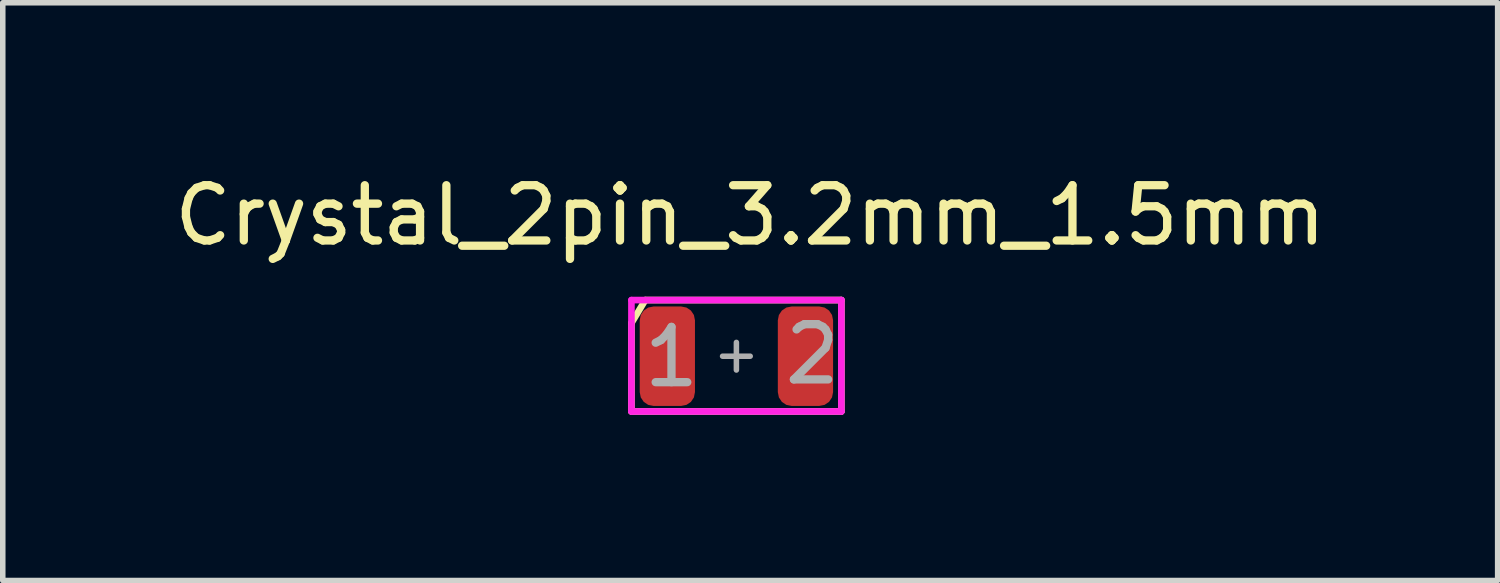
<source format=kicad_pcb>
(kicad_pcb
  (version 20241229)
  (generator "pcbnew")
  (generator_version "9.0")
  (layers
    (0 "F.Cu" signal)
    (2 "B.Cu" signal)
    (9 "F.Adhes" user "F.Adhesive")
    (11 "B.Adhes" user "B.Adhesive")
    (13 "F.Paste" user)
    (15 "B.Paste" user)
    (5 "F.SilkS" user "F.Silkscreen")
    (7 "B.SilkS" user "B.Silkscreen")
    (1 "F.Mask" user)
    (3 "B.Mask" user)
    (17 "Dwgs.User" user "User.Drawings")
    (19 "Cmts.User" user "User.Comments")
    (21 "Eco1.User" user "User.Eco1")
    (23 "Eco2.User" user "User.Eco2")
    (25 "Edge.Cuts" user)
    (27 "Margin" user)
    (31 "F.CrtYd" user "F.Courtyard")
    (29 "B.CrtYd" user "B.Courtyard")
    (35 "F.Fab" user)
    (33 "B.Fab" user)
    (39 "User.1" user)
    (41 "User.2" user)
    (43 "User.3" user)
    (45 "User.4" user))
  (footprint "Crystal_2pin_3.2mm_1.5mm"
    (layer "F.Cu")
    (at 10.28 3.398)
    (property "Reference" "Crystal_2pin_3.2mm_1.5mm" (at 0.25 -2.55 0) (unlocked yes) (layer "F.SilkS") (effects (font (size 1 1) (thickness 0.15))))
    (attr smd)
    (fp_line (start -1.9 -0.6) (end -1.65 -1.016) (stroke (width 0.12) (type default)) (layer "F.SilkS"))
    (fp_line (start -1.9 1) (end -1.9 -0.6) (stroke (width 0.12) (type default)) (layer "F.SilkS"))
    (fp_line (start 1.9 -1.016) (end -1.65 -1.016) (stroke (width 0.12) (type default)) (layer "F.SilkS"))
    (fp_line (start 1.9 1) (end -1.9 1) (stroke (width 0.12) (type default)) (layer "F.SilkS"))
    (fp_line (start 1.9 1) (end 1.9 -1.016) (stroke (width 0.12) (type default)) (layer "F.SilkS"))
    (fp_line (start -1.9 -1.016) (end -1.9 1) (stroke (width 0.12) (type default)) (layer "F.CrtYd"))
    (fp_line (start -1.9 -1.016) (end 1.9 -1.016) (stroke (width 0.12) (type default)) (layer "F.CrtYd"))
    (fp_line (start -1.9 1) (end 1.9 1) (stroke (width 0.12) (type default)) (layer "F.CrtYd"))
    (fp_line (start 1.9 -1.016) (end 1.9 1) (stroke (width 0.12) (type default)) (layer "F.CrtYd"))
    (fp_line (start -0.25 0) (end 0.25 0) (stroke (width 0.1) (type default)) (layer "F.Fab"))
    (fp_line (start 0 0.25) (end 0 -0.25) (stroke (width 0.1) (type default)) (layer "F.Fab"))
    (fp_text user "2" (at 0.8 0.55 0) (unlocked yes) (layer "F.Fab") (effects (font (size 1 1) (thickness 0.15)) (justify left bottom)))
    (fp_text user "1" (at -1.75 0.6 0) (unlocked yes) (layer "F.Fab") (effects (font (size 1 1) (thickness 0.15)) (justify left bottom)))
    (pad "1" smd roundrect (at -1.25 0) (size 1 1.8) (layers "F.Cu" "F.Mask" "F.Paste") (roundrect_rratio 0.25))
    (pad "2" smd roundrect (at 1.25 0) (size 1 1.8) (layers "F.Cu" "F.Mask" "F.Paste") (roundrect_rratio 0.25)))
  (gr_rect
    (start -3 -3)
    (end 24.06 7.458)
    (stroke (width 0.1) (type default))
    (fill no)
    (layer "Edge.Cuts")))
</source>
